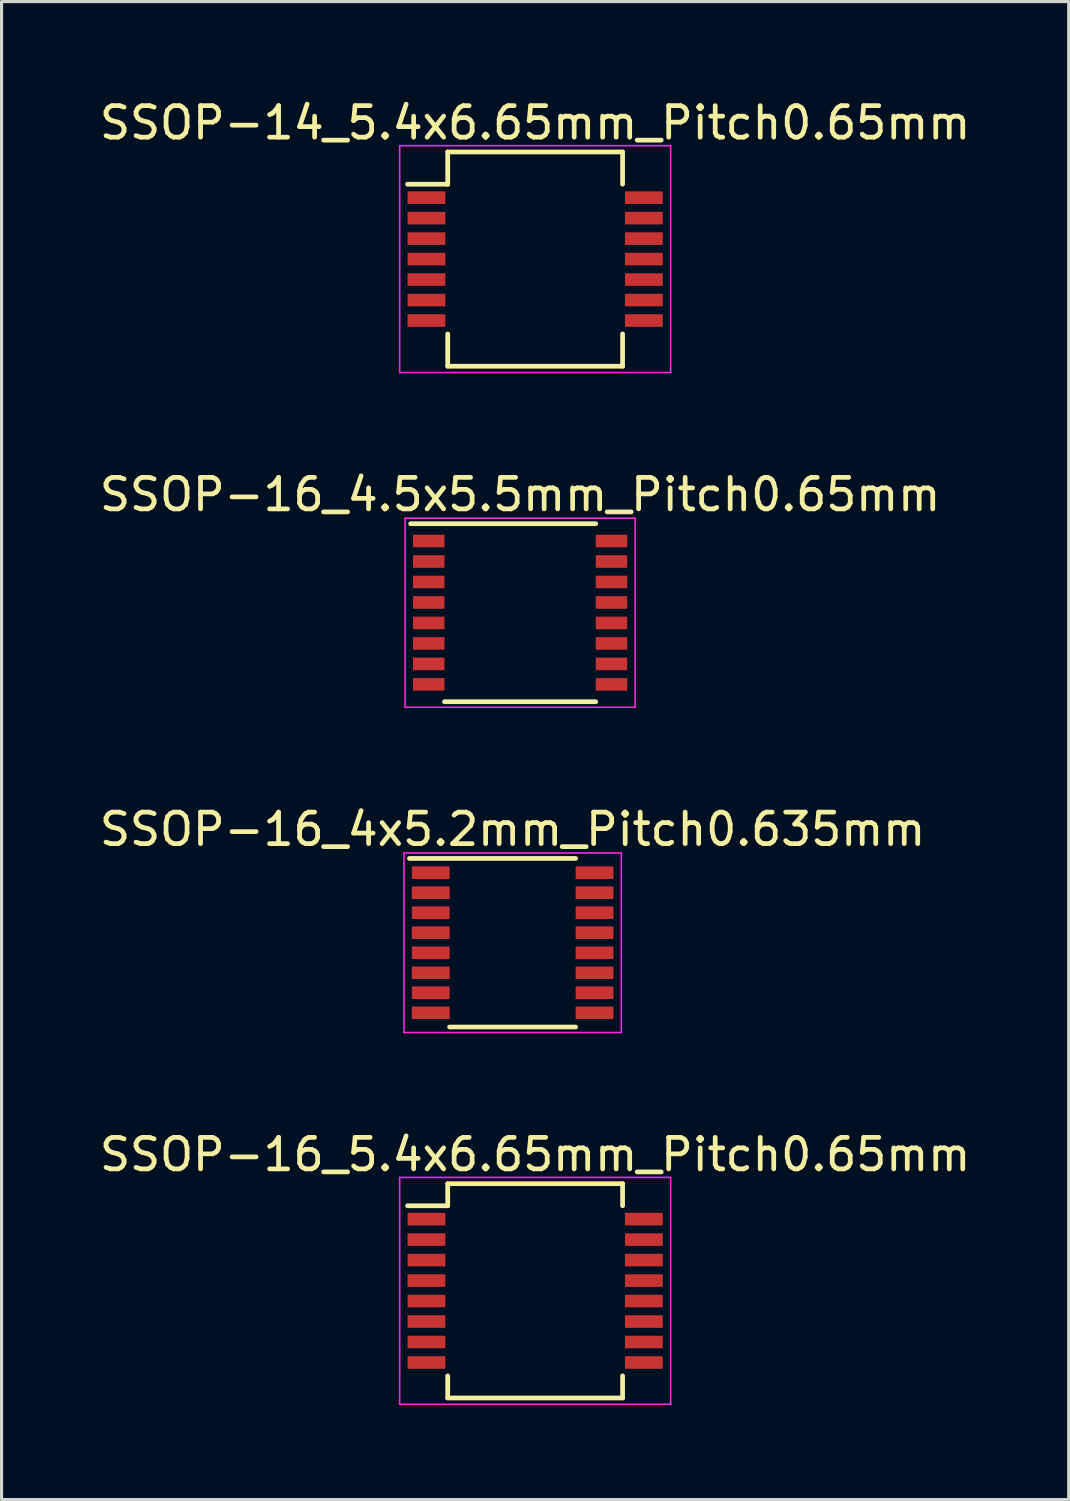
<source format=kicad_pcb>
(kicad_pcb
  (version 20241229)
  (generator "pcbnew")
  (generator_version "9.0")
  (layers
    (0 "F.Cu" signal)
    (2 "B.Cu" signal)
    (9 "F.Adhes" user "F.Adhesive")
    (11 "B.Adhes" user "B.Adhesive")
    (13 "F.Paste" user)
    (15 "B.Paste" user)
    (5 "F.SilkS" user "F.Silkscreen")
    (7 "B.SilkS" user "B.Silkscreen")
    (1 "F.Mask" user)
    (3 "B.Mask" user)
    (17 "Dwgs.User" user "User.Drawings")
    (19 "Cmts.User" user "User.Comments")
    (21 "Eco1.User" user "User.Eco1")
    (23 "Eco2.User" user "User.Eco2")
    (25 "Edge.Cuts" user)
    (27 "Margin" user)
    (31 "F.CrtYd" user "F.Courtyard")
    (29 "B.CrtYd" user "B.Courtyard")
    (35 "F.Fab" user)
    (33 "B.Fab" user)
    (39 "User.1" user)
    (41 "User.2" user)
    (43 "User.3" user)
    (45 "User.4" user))
  (footprint "SSOP-14_5.4x6.65mm_Pitch0.65mm"
    (layer "F.Cu")
    (at 13.935 5.173)
    (property "Reference" "SSOP-14_5.4x6.65mm_Pitch0.65mm" (at 0 -4.325 0) (layer "F.SilkS") (effects (font (size 1 1) (thickness 0.15))))
    (attr smd)
    (fp_line (start -2.775 -3.4) (end -2.775 -2.375) (stroke (width 0.15) (type solid)) (layer "F.SilkS"))
    (fp_line (start -2.775 -3.4) (end 2.775 -3.4) (stroke (width 0.15) (type solid)) (layer "F.SilkS"))
    (fp_line (start -2.775 -2.375) (end -4.05 -2.375) (stroke (width 0.15) (type solid)) (layer "F.SilkS"))
    (fp_line (start -2.775 3.4) (end -2.775 2.375) (stroke (width 0.15) (type solid)) (layer "F.SilkS"))
    (fp_line (start -2.775 3.4) (end 2.775 3.4) (stroke (width 0.15) (type solid)) (layer "F.SilkS"))
    (fp_line (start 2.775 -3.4) (end 2.775 -2.375) (stroke (width 0.15) (type solid)) (layer "F.SilkS"))
    (fp_line (start 2.775 3.4) (end 2.775 2.375) (stroke (width 0.15) (type solid)) (layer "F.SilkS"))
    (fp_line (start -4.3 -3.6) (end -4.3 3.6) (stroke (width 0.05) (type solid)) (layer "F.CrtYd"))
    (fp_line (start -4.3 -3.6) (end 4.3 -3.6) (stroke (width 0.05) (type solid)) (layer "F.CrtYd"))
    (fp_line (start -4.3 3.6) (end 4.3 3.6) (stroke (width 0.05) (type solid)) (layer "F.CrtYd"))
    (fp_line (start 4.3 -3.6) (end 4.3 3.6) (stroke (width 0.05) (type solid)) (layer "F.CrtYd"))
    (pad "1" smd rect (at -3.45 -1.95) (size 1.2 0.4) (layers "F.Cu" "F.Mask" "F.Paste"))
    (pad "2" smd rect (at -3.45 -1.3) (size 1.2 0.4) (layers "F.Cu" "F.Mask" "F.Paste"))
    (pad "3" smd rect (at -3.45 -0.65) (size 1.2 0.4) (layers "F.Cu" "F.Mask" "F.Paste"))
    (pad "4" smd rect (at -3.45 0) (size 1.2 0.4) (layers "F.Cu" "F.Mask" "F.Paste"))
    (pad "5" smd rect (at -3.45 0.65) (size 1.2 0.4) (layers "F.Cu" "F.Mask" "F.Paste"))
    (pad "6" smd rect (at -3.45 1.3) (size 1.2 0.4) (layers "F.Cu" "F.Mask" "F.Paste"))
    (pad "7" smd rect (at -3.45 1.95) (size 1.2 0.4) (layers "F.Cu" "F.Mask" "F.Paste"))
    (pad "8" smd rect (at 3.45 1.95) (size 1.2 0.4) (layers "F.Cu" "F.Mask" "F.Paste"))
    (pad "9" smd rect (at 3.45 1.3) (size 1.2 0.4) (layers "F.Cu" "F.Mask" "F.Paste"))
    (pad "10" smd rect (at 3.45 0.65) (size 1.2 0.4) (layers "F.Cu" "F.Mask" "F.Paste"))
    (pad "11" smd rect (at 3.45 0) (size 1.2 0.4) (layers "F.Cu" "F.Mask" "F.Paste"))
    (pad "12" smd rect (at 3.45 -0.65) (size 1.2 0.4) (layers "F.Cu" "F.Mask" "F.Paste"))
    (pad "13" smd rect (at 3.45 -1.3) (size 1.2 0.4) (layers "F.Cu" "F.Mask" "F.Paste"))
    (pad "14" smd rect (at 3.45 -1.95) (size 1.2 0.4) (layers "F.Cu" "F.Mask" "F.Paste")))
  (footprint "SSOP-16_4x5.2mm_Pitch0.635mm"
    (layer "F.Cu")
    (at 13.22 26.87)
    (property "Reference" "SSOP-16_4x5.2mm_Pitch0.635mm" (at 0 -3.6 0) (layer "F.SilkS") (effects (font (size 1 1) (thickness 0.15))))
    (attr smd)
    (fp_line (start -3.275 -2.675) (end 2 -2.675) (stroke (width 0.15) (type solid)) (layer "F.SilkS"))
    (fp_line (start -2 2.675) (end 2 2.675) (stroke (width 0.15) (type solid)) (layer "F.SilkS"))
    (fp_line (start -3.45 -2.85) (end -3.45 2.85) (stroke (width 0.05) (type solid)) (layer "F.CrtYd"))
    (fp_line (start -3.45 -2.85) (end 3.45 -2.85) (stroke (width 0.05) (type solid)) (layer "F.CrtYd"))
    (fp_line (start -3.45 2.85) (end 3.45 2.85) (stroke (width 0.05) (type solid)) (layer "F.CrtYd"))
    (fp_line (start 3.45 -2.85) (end 3.45 2.85) (stroke (width 0.05) (type solid)) (layer "F.CrtYd"))
    (pad "1" smd rect (at -2.6 -2.223) (size 1.2 0.4) (layers "F.Cu" "F.Mask" "F.Paste"))
    (pad "2" smd rect (at -2.6 -1.587) (size 1.2 0.4) (layers "F.Cu" "F.Mask" "F.Paste"))
    (pad "3" smd rect (at -2.6 -0.953) (size 1.2 0.4) (layers "F.Cu" "F.Mask" "F.Paste"))
    (pad "4" smd rect (at -2.6 -0.318) (size 1.2 0.4) (layers "F.Cu" "F.Mask" "F.Paste"))
    (pad "5" smd rect (at -2.6 0.318) (size 1.2 0.4) (layers "F.Cu" "F.Mask" "F.Paste"))
    (pad "6" smd rect (at -2.6 0.953) (size 1.2 0.4) (layers "F.Cu" "F.Mask" "F.Paste"))
    (pad "7" smd rect (at -2.6 1.587) (size 1.2 0.4) (layers "F.Cu" "F.Mask" "F.Paste"))
    (pad "8" smd rect (at -2.6 2.223) (size 1.2 0.4) (layers "F.Cu" "F.Mask" "F.Paste"))
    (pad "9" smd rect (at 2.6 2.223) (size 1.2 0.4) (layers "F.Cu" "F.Mask" "F.Paste"))
    (pad "10" smd rect (at 2.6 1.587) (size 1.2 0.4) (layers "F.Cu" "F.Mask" "F.Paste"))
    (pad "11" smd rect (at 2.6 0.953) (size 1.2 0.4) (layers "F.Cu" "F.Mask" "F.Paste"))
    (pad "12" smd rect (at 2.6 0.318) (size 1.2 0.4) (layers "F.Cu" "F.Mask" "F.Paste"))
    (pad "13" smd rect (at 2.6 -0.318) (size 1.2 0.4) (layers "F.Cu" "F.Mask" "F.Paste"))
    (pad "14" smd rect (at 2.6 -0.953) (size 1.2 0.4) (layers "F.Cu" "F.Mask" "F.Paste"))
    (pad "15" smd rect (at 2.6 -1.587) (size 1.2 0.4) (layers "F.Cu" "F.Mask" "F.Paste"))
    (pad "16" smd rect (at 2.6 -2.223) (size 1.2 0.4) (layers "F.Cu" "F.Mask" "F.Paste")))
  (footprint "SSOP-16_5.4x6.65mm_Pitch0.65mm"
    (layer "F.Cu")
    (at 13.935 37.918)
    (property "Reference" "SSOP-16_5.4x6.65mm_Pitch0.65mm" (at 0 -4.325 0) (layer "F.SilkS") (effects (font (size 1 1) (thickness 0.15))))
    (attr smd)
    (fp_line (start -2.775 -3.4) (end -2.775 -2.7) (stroke (width 0.15) (type solid)) (layer "F.SilkS"))
    (fp_line (start -2.775 -3.4) (end 2.775 -3.4) (stroke (width 0.15) (type solid)) (layer "F.SilkS"))
    (fp_line (start -2.775 -2.7) (end -4.05 -2.7) (stroke (width 0.15) (type solid)) (layer "F.SilkS"))
    (fp_line (start -2.775 3.4) (end -2.775 2.7) (stroke (width 0.15) (type solid)) (layer "F.SilkS"))
    (fp_line (start -2.775 3.4) (end 2.775 3.4) (stroke (width 0.15) (type solid)) (layer "F.SilkS"))
    (fp_line (start 2.775 -3.4) (end 2.775 -2.7) (stroke (width 0.15) (type solid)) (layer "F.SilkS"))
    (fp_line (start 2.775 3.4) (end 2.775 2.7) (stroke (width 0.15) (type solid)) (layer "F.SilkS"))
    (fp_line (start -4.3 -3.6) (end -4.3 3.6) (stroke (width 0.05) (type solid)) (layer "F.CrtYd"))
    (fp_line (start -4.3 -3.6) (end 4.3 -3.6) (stroke (width 0.05) (type solid)) (layer "F.CrtYd"))
    (fp_line (start -4.3 3.6) (end 4.3 3.6) (stroke (width 0.05) (type solid)) (layer "F.CrtYd"))
    (fp_line (start 4.3 -3.6) (end 4.3 3.6) (stroke (width 0.05) (type solid)) (layer "F.CrtYd"))
    (pad "1" smd rect (at -3.45 -2.275) (size 1.2 0.4) (layers "F.Cu" "F.Mask" "F.Paste"))
    (pad "2" smd rect (at -3.45 -1.625) (size 1.2 0.4) (layers "F.Cu" "F.Mask" "F.Paste"))
    (pad "3" smd rect (at -3.45 -0.975) (size 1.2 0.4) (layers "F.Cu" "F.Mask" "F.Paste"))
    (pad "4" smd rect (at -3.45 -0.325) (size 1.2 0.4) (layers "F.Cu" "F.Mask" "F.Paste"))
    (pad "5" smd rect (at -3.45 0.325) (size 1.2 0.4) (layers "F.Cu" "F.Mask" "F.Paste"))
    (pad "6" smd rect (at -3.45 0.975) (size 1.2 0.4) (layers "F.Cu" "F.Mask" "F.Paste"))
    (pad "7" smd rect (at -3.45 1.625) (size 1.2 0.4) (layers "F.Cu" "F.Mask" "F.Paste"))
    (pad "8" smd rect (at -3.45 2.275) (size 1.2 0.4) (layers "F.Cu" "F.Mask" "F.Paste"))
    (pad "9" smd rect (at 3.45 2.275) (size 1.2 0.4) (layers "F.Cu" "F.Mask" "F.Paste"))
    (pad "10" smd rect (at 3.45 1.625) (size 1.2 0.4) (layers "F.Cu" "F.Mask" "F.Paste"))
    (pad "11" smd rect (at 3.45 0.975) (size 1.2 0.4) (layers "F.Cu" "F.Mask" "F.Paste"))
    (pad "12" smd rect (at 3.45 0.325) (size 1.2 0.4) (layers "F.Cu" "F.Mask" "F.Paste"))
    (pad "13" smd rect (at 3.45 -0.325) (size 1.2 0.4) (layers "F.Cu" "F.Mask" "F.Paste"))
    (pad "14" smd rect (at 3.45 -0.975) (size 1.2 0.4) (layers "F.Cu" "F.Mask" "F.Paste"))
    (pad "15" smd rect (at 3.45 -1.625) (size 1.2 0.4) (layers "F.Cu" "F.Mask" "F.Paste"))
    (pad "16" smd rect (at 3.45 -2.275) (size 1.2 0.4) (layers "F.Cu" "F.Mask" "F.Paste")))
  (footprint "SSOP-16_4.5x5.5mm_Pitch0.65mm"
    (layer "F.Cu")
    (at 13.458 16.396)
    (property "Reference" "SSOP-16_4.5x5.5mm_Pitch0.65mm" (at 0 -3.75 0) (layer "F.SilkS") (effects (font (size 1 1) (thickness 0.15))))
    (attr smd)
    (fp_line (start -3.475 -2.825) (end 2.4 -2.825) (stroke (width 0.15) (type solid)) (layer "F.SilkS"))
    (fp_line (start -2.4 2.825) (end 2.4 2.825) (stroke (width 0.15) (type solid)) (layer "F.SilkS"))
    (fp_line (start -3.65 -3) (end -3.65 3) (stroke (width 0.05) (type solid)) (layer "F.CrtYd"))
    (fp_line (start -3.65 -3) (end 3.65 -3) (stroke (width 0.05) (type solid)) (layer "F.CrtYd"))
    (fp_line (start -3.65 3) (end 3.65 3) (stroke (width 0.05) (type solid)) (layer "F.CrtYd"))
    (fp_line (start 3.65 -3) (end 3.65 3) (stroke (width 0.05) (type solid)) (layer "F.CrtYd"))
    (pad "1" smd rect (at -2.9 -2.275) (size 1 0.4) (layers "F.Cu" "F.Mask" "F.Paste"))
    (pad "2" smd rect (at -2.9 -1.625) (size 1 0.4) (layers "F.Cu" "F.Mask" "F.Paste"))
    (pad "3" smd rect (at -2.9 -0.975) (size 1 0.4) (layers "F.Cu" "F.Mask" "F.Paste"))
    (pad "4" smd rect (at -2.9 -0.325) (size 1 0.4) (layers "F.Cu" "F.Mask" "F.Paste"))
    (pad "5" smd rect (at -2.9 0.325) (size 1 0.4) (layers "F.Cu" "F.Mask" "F.Paste"))
    (pad "6" smd rect (at -2.9 0.975) (size 1 0.4) (layers "F.Cu" "F.Mask" "F.Paste"))
    (pad "7" smd rect (at -2.9 1.625) (size 1 0.4) (layers "F.Cu" "F.Mask" "F.Paste"))
    (pad "8" smd rect (at -2.9 2.275) (size 1 0.4) (layers "F.Cu" "F.Mask" "F.Paste"))
    (pad "9" smd rect (at 2.9 2.275) (size 1 0.4) (layers "F.Cu" "F.Mask" "F.Paste"))
    (pad "10" smd rect (at 2.9 1.625) (size 1 0.4) (layers "F.Cu" "F.Mask" "F.Paste"))
    (pad "11" smd rect (at 2.9 0.975) (size 1 0.4) (layers "F.Cu" "F.Mask" "F.Paste"))
    (pad "12" smd rect (at 2.9 0.325) (size 1 0.4) (layers "F.Cu" "F.Mask" "F.Paste"))
    (pad "13" smd rect (at 2.9 -0.325) (size 1 0.4) (layers "F.Cu" "F.Mask" "F.Paste"))
    (pad "14" smd rect (at 2.9 -0.975) (size 1 0.4) (layers "F.Cu" "F.Mask" "F.Paste"))
    (pad "15" smd rect (at 2.9 -1.625) (size 1 0.4) (layers "F.Cu" "F.Mask" "F.Paste"))
    (pad "16" smd rect (at 2.9 -2.275) (size 1 0.4) (layers "F.Cu" "F.Mask" "F.Paste")))
  (gr_rect
    (start -3 -3)
    (end 30.869 44.543)
    (stroke (width 0.1) (type default))
    (fill no)
    (layer "Edge.Cuts")))
</source>
